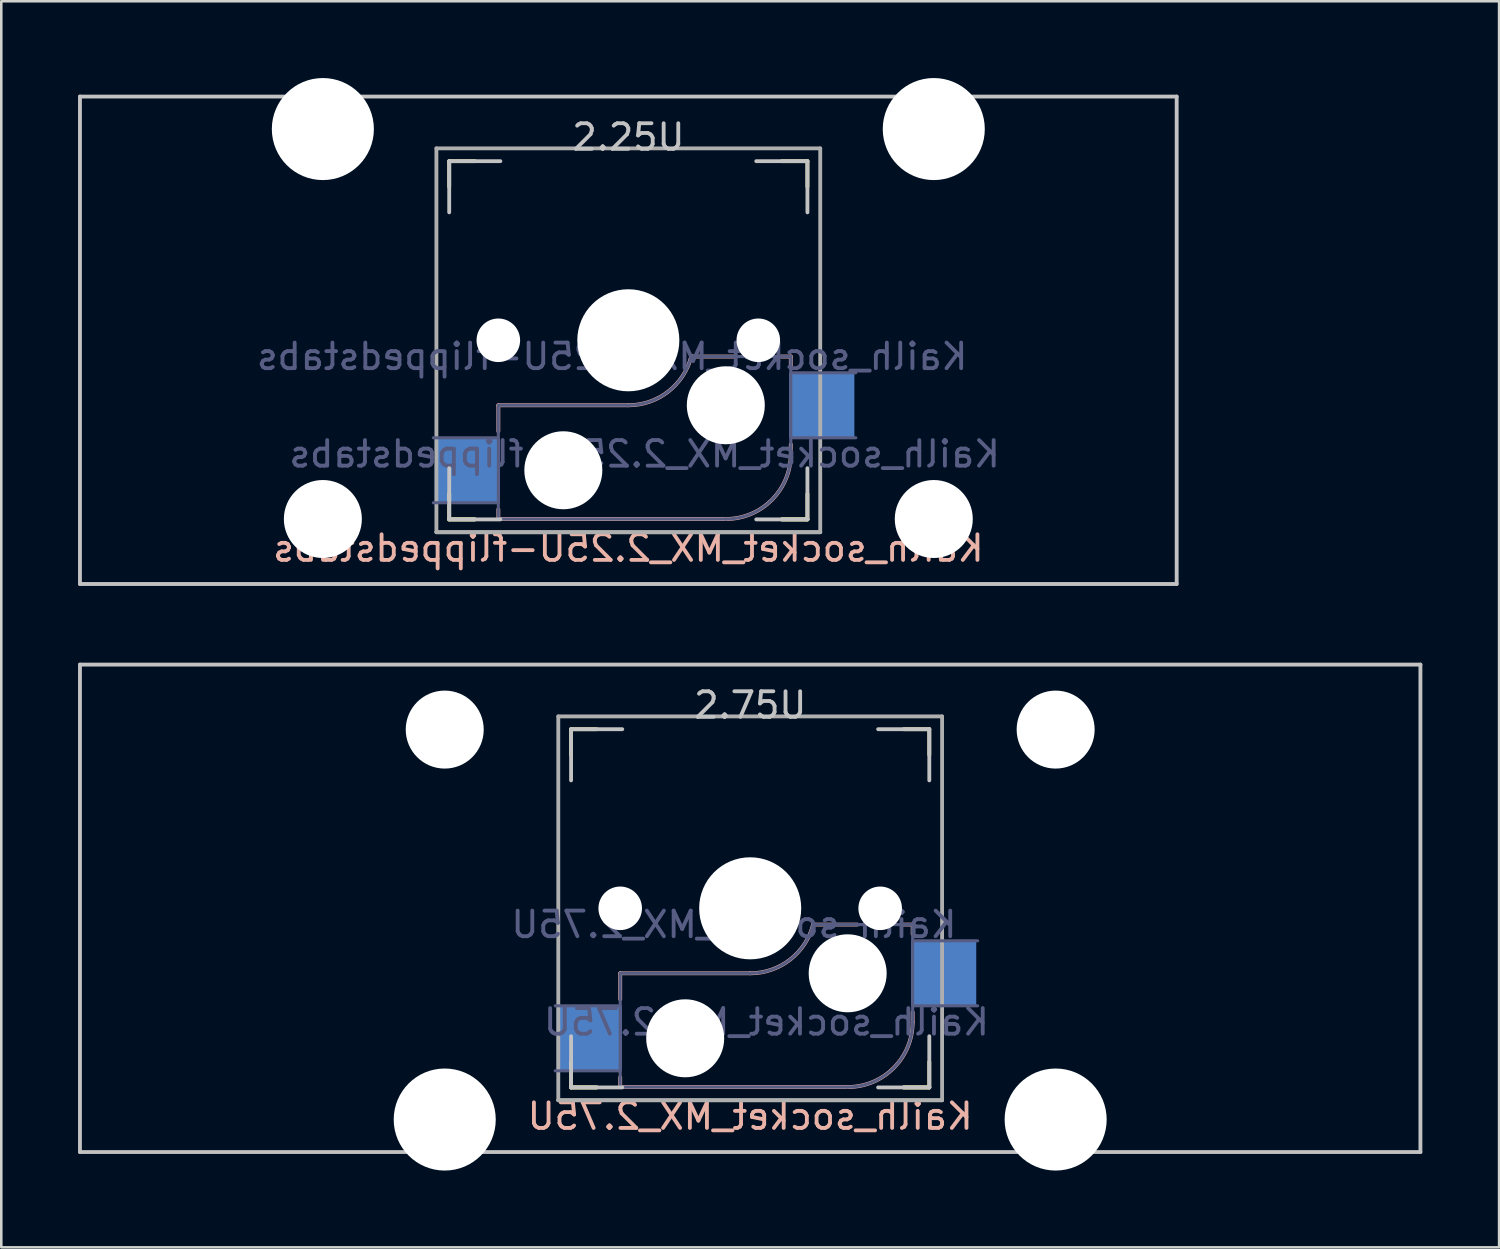
<source format=kicad_pcb>
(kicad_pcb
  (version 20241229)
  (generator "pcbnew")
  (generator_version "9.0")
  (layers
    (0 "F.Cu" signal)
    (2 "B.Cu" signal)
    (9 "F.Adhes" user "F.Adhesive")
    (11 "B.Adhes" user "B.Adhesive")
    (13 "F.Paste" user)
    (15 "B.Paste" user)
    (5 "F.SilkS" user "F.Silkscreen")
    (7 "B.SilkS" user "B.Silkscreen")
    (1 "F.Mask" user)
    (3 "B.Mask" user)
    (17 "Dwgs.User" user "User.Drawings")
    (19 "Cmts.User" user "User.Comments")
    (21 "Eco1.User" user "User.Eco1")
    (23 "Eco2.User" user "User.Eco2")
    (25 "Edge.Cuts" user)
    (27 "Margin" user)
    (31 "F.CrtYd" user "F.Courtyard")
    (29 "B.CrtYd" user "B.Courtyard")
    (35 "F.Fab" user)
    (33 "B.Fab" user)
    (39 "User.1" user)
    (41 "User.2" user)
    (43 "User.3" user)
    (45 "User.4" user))
  (footprint "Kailh_socket_MX_2.75U"
    (layer "F.Cu")
    (at 26.269 32.449)
    (property "Reference" "Kailh_socket_MX_2.75U" (at 0 8.128 0) (layer "B.SilkS") (effects (font (size 1 1) (thickness 0.15)) (justify mirror)))
    (property "Value" "Kailh_socket_MX_2.75U" (at 0 8.255 0) (layer "F.Fab") (hide yes) (effects (font (size 1 1) (thickness 0.15))))
    (attr smd)
    (fp_line (start -7 -6) (end -7 -7) (stroke (width 0.15) (type solid)) (layer "F.SilkS"))
    (fp_line (start -7 7) (end -7 6) (stroke (width 0.15) (type solid)) (layer "F.SilkS"))
    (fp_line (start -7 7) (end -6 7) (stroke (width 0.15) (type solid)) (layer "F.SilkS"))
    (fp_line (start -7 7) (end -6 7) (stroke (width 0.15) (type solid)) (layer "F.SilkS"))
    (fp_line (start -6 -7) (end -7 -7) (stroke (width 0.15) (type solid)) (layer "F.SilkS"))
    (fp_line (start 6 7) (end 7 7) (stroke (width 0.15) (type solid)) (layer "F.SilkS"))
    (fp_line (start 6 7) (end 7 7) (stroke (width 0.15) (type solid)) (layer "F.SilkS"))
    (fp_line (start 7 -7) (end 6 -7) (stroke (width 0.15) (type solid)) (layer "F.SilkS"))
    (fp_line (start 7 -7) (end 7 -6) (stroke (width 0.15) (type solid)) (layer "F.SilkS"))
    (fp_line (start 7 6) (end 7 7) (stroke (width 0.15) (type solid)) (layer "F.SilkS"))
    (fp_line (start -5.08 2.54) (end 0 2.54) (stroke (width 0.15) (type solid)) (layer "B.SilkS"))
    (fp_line (start -5.08 3.556) (end -5.08 2.54) (stroke (width 0.15) (type solid)) (layer "B.SilkS"))
    (fp_line (start -5.08 6.985) (end -5.08 6.604) (stroke (width 0.15) (type solid)) (layer "B.SilkS"))
    (fp_line (start 2.464 0.635) (end 4.191 0.635) (stroke (width 0.15) (type solid)) (layer "B.SilkS"))
    (fp_line (start 3.81 6.985) (end -5.08 6.985) (stroke (width 0.15) (type solid)) (layer "B.SilkS"))
    (fp_line (start 5.969 0.635) (end 6.35 0.635) (stroke (width 0.15) (type solid)) (layer "B.SilkS"))
    (fp_line (start 6.35 1.016) (end 6.35 0.635) (stroke (width 0.15) (type solid)) (layer "B.SilkS"))
    (fp_line (start 6.35 4.445) (end 6.35 4.064) (stroke (width 0.15) (type solid)) (layer "B.SilkS"))
    (fp_arc (start 2.464162 0.61604) (mid 1.563147 2.002042) (end 0 2.54) (stroke (width 0.15) (type solid)) (layer "B.SilkS"))
    (fp_arc (start 6.35 4.445) (mid 5.606051 6.241051) (end 3.81 6.985) (stroke (width 0.15) (type solid)) (layer "B.SilkS"))
    (fp_line (start -26.194 -9.525) (end 26.194 -9.525) (stroke (width 0.15) (type solid)) (layer "Dwgs.User"))
    (fp_line (start -26.194 9.525) (end -26.194 -9.525) (stroke (width 0.15) (type solid)) (layer "Dwgs.User"))
    (fp_line (start -26.194 9.525) (end 26.194 9.525) (stroke (width 0.15) (type solid)) (layer "Dwgs.User"))
    (fp_line (start -7 -7) (end -7 -5) (stroke (width 0.15) (type solid)) (layer "Dwgs.User"))
    (fp_line (start -7 5) (end -7 7) (stroke (width 0.15) (type solid)) (layer "Dwgs.User"))
    (fp_line (start -7 7) (end -5 7) (stroke (width 0.15) (type solid)) (layer "Dwgs.User"))
    (fp_line (start -5 -7) (end -7 -7) (stroke (width 0.15) (type solid)) (layer "Dwgs.User"))
    (fp_line (start 5 -7) (end 7 -7) (stroke (width 0.15) (type solid)) (layer "Dwgs.User"))
    (fp_line (start 5 7) (end 7 7) (stroke (width 0.15) (type solid)) (layer "Dwgs.User"))
    (fp_line (start 7 -7) (end 7 -5) (stroke (width 0.15) (type solid)) (layer "Dwgs.User"))
    (fp_line (start 7 7) (end 7 5) (stroke (width 0.15) (type solid)) (layer "Dwgs.User"))
    (fp_line (start 26.194 -9.525) (end 26.194 9.525) (stroke (width 0.15) (type solid)) (layer "Dwgs.User"))
    (fp_line (start -6.9 6.9) (end -6.9 -6.9) (stroke (width 0.15) (type solid)) (layer "Eco2.User"))
    (fp_line (start -6.9 6.9) (end 6.9 6.9) (stroke (width 0.15) (type solid)) (layer "Eco2.User"))
    (fp_line (start -6.9 6.9) (end 6.9 6.9) (stroke (width 0.15) (type solid)) (layer "Eco2.User"))
    (fp_line (start 6.9 -6.9) (end -6.9 -6.9) (stroke (width 0.15) (type solid)) (layer "Eco2.User"))
    (fp_line (start 6.9 -6.9) (end 6.9 6.9) (stroke (width 0.15) (type solid)) (layer "Eco2.User"))
    (fp_line (start -7.62 3.81) (end -5.08 3.81) (stroke (width 0.12) (type solid)) (layer "B.Fab"))
    (fp_line (start -5.08 2.54) (end 0 2.54) (stroke (width 0.12) (type solid)) (layer "B.Fab"))
    (fp_line (start -5.08 6.35) (end -7.62 6.35) (stroke (width 0.12) (type solid)) (layer "B.Fab"))
    (fp_line (start -5.08 6.985) (end -5.08 2.54) (stroke (width 0.12) (type solid)) (layer "B.Fab"))
    (fp_line (start 3.81 6.985) (end -5.08 6.985) (stroke (width 0.12) (type solid)) (layer "B.Fab"))
    (fp_line (start 6.35 0.635) (end 2.54 0.635) (stroke (width 0.12) (type solid)) (layer "B.Fab"))
    (fp_line (start 6.35 0.635) (end 6.35 4.445) (stroke (width 0.12) (type solid)) (layer "B.Fab"))
    (fp_line (start 6.35 1.27) (end 8.89 1.27) (stroke (width 0.12) (type solid)) (layer "B.Fab"))
    (fp_line (start 8.89 3.81) (end 6.35 3.81) (stroke (width 0.12) (type solid)) (layer "B.Fab"))
    (fp_arc (start 2.464162 0.61604) (mid 1.563147 2.002042) (end 0 2.54) (stroke (width 0.12) (type solid)) (layer "B.Fab"))
    (fp_arc (start 6.35 4.445) (mid 5.606051 6.241051) (end 3.81 6.985) (stroke (width 0.12) (type solid)) (layer "B.Fab"))
    (fp_line (start -7.5 -7.5) (end 7.5 -7.5) (stroke (width 0.15) (type solid)) (layer "F.Fab"))
    (fp_line (start -7.5 7.5) (end -7.5 -7.5) (stroke (width 0.15) (type solid)) (layer "F.Fab"))
    (fp_line (start 7.5 -7.5) (end 7.5 7.5) (stroke (width 0.15) (type solid)) (layer "F.Fab"))
    (fp_line (start 7.5 7.5) (end -7.5 7.5) (stroke (width 0.15) (type solid)) (layer "F.Fab"))
    (fp_line (start 7.5 7.5) (end -7.5 7.5) (stroke (width 0.15) (type solid)) (layer "F.Fab"))
    (fp_text user "2.75U" (at 0 -7.938 0) (layer "Dwgs.User") (effects (font (size 1 1) (thickness 0.15))))
    (fp_text user "${REFERENCE}" (at 0.635 4.445 180) (layer "B.Fab") (effects (font (size 1 1) (thickness 0.15)) (justify mirror)))
    (fp_text user "${VALUE}" (at -0.635 0.635 0) (layer "B.Fab") (effects (font (size 1 1) (thickness 0.15)) (justify mirror)))
    (pad "" np_thru_hole circle (at -11.938 -6.985) (size 3.048 3.048) (drill 3.048) (layers "*.Cu" "*.Mask"))
    (pad "" np_thru_hole circle (at -11.938 8.255) (size 3.988 3.988) (drill 3.988) (layers "*.Cu" "*.Mask"))
    (pad "" np_thru_hole circle (at -5.08 0) (size 1.702 1.702) (drill 1.702) (layers "*.Cu" "*.Mask"))
    (pad "" np_thru_hole circle (at -2.54 5.08 180) (size 3.048 3.048) (drill 3.048) (layers "*.Cu" "*.Mask"))
    (pad "" np_thru_hole circle (at 0 0) (size 3.988 3.988) (drill 3.988) (layers "*.Cu" "*.Mask"))
    (pad "" np_thru_hole circle (at 3.81 2.54 180) (size 3.048 3.048) (drill 3.048) (layers "*.Cu" "*.Mask"))
    (pad "" np_thru_hole circle (at 5.08 0) (size 1.702 1.702) (drill 1.702) (layers "*.Cu" "*.Mask"))
    (pad "" np_thru_hole circle (at 11.938 -6.985) (size 3.048 3.048) (drill 3.048) (layers "*.Cu" "*.Mask"))
    (pad "" np_thru_hole circle (at 11.938 8.255) (size 3.988 3.988) (drill 3.988) (layers "*.Cu" "*.Mask"))
    (pad "1" smd rect (at -6.29 5.08 180) (size 2.55 2.5) (layers "B.Cu" "B.Mask" "B.Paste"))
    (pad "2" smd rect (at 7.56 2.54 180) (size 2.55 2.5) (layers "B.Cu" "B.Mask" "B.Paste")))
  (footprint "Kailh_socket_MX_2.25U-flippedstabs"
    (layer "F.Cu")
    (at 21.506 10.249)
    (property "Reference" "Kailh_socket_MX_2.25U-flippedstabs" (at 0 8.128 0) (layer "B.SilkS") (effects (font (size 1 1) (thickness 0.15)) (justify mirror)))
    (property "Value" "Kailh_socket_MX_2.25U-flippedstabs" (at 0 8.255 0) (layer "F.Fab") (hide yes) (effects (font (size 1 1) (thickness 0.15))))
    (attr smd)
    (fp_line (start -7 -6) (end -7 -7) (stroke (width 0.15) (type solid)) (layer "F.SilkS"))
    (fp_line (start -7 7) (end -7 6) (stroke (width 0.15) (type solid)) (layer "F.SilkS"))
    (fp_line (start -7 7) (end -6 7) (stroke (width 0.15) (type solid)) (layer "F.SilkS"))
    (fp_line (start -7 7) (end -6 7) (stroke (width 0.15) (type solid)) (layer "F.SilkS"))
    (fp_line (start -6 -7) (end -7 -7) (stroke (width 0.15) (type solid)) (layer "F.SilkS"))
    (fp_line (start 6 7) (end 7 7) (stroke (width 0.15) (type solid)) (layer "F.SilkS"))
    (fp_line (start 6 7) (end 7 7) (stroke (width 0.15) (type solid)) (layer "F.SilkS"))
    (fp_line (start 7 -7) (end 6 -7) (stroke (width 0.15) (type solid)) (layer "F.SilkS"))
    (fp_line (start 7 -7) (end 7 -6) (stroke (width 0.15) (type solid)) (layer "F.SilkS"))
    (fp_line (start 7 6) (end 7 7) (stroke (width 0.15) (type solid)) (layer "F.SilkS"))
    (fp_line (start -5.08 2.54) (end 0 2.54) (stroke (width 0.15) (type solid)) (layer "B.SilkS"))
    (fp_line (start -5.08 3.556) (end -5.08 2.54) (stroke (width 0.15) (type solid)) (layer "B.SilkS"))
    (fp_line (start -5.08 6.985) (end -5.08 6.604) (stroke (width 0.15) (type solid)) (layer "B.SilkS"))
    (fp_line (start 2.464 0.635) (end 4.191 0.635) (stroke (width 0.15) (type solid)) (layer "B.SilkS"))
    (fp_line (start 3.81 6.985) (end -5.08 6.985) (stroke (width 0.15) (type solid)) (layer "B.SilkS"))
    (fp_line (start 5.969 0.635) (end 6.35 0.635) (stroke (width 0.15) (type solid)) (layer "B.SilkS"))
    (fp_line (start 6.35 1.016) (end 6.35 0.635) (stroke (width 0.15) (type solid)) (layer "B.SilkS"))
    (fp_line (start 6.35 4.445) (end 6.35 4.064) (stroke (width 0.15) (type solid)) (layer "B.SilkS"))
    (fp_arc (start 2.464162 0.61604) (mid 1.563147 2.002042) (end 0 2.54) (stroke (width 0.15) (type solid)) (layer "B.SilkS"))
    (fp_arc (start 6.35 4.445) (mid 5.606051 6.241051) (end 3.81 6.985) (stroke (width 0.15) (type solid)) (layer "B.SilkS"))
    (fp_line (start -21.431 9.525) (end -21.431 -9.525) (stroke (width 0.15) (type solid)) (layer "Dwgs.User"))
    (fp_line (start -7 -7) (end -7 -5) (stroke (width 0.15) (type solid)) (layer "Dwgs.User"))
    (fp_line (start -7 5) (end -7 7) (stroke (width 0.15) (type solid)) (layer "Dwgs.User"))
    (fp_line (start -7 7) (end -5 7) (stroke (width 0.15) (type solid)) (layer "Dwgs.User"))
    (fp_line (start -5 -7) (end -7 -7) (stroke (width 0.15) (type solid)) (layer "Dwgs.User"))
    (fp_line (start 5 -7) (end 7 -7) (stroke (width 0.15) (type solid)) (layer "Dwgs.User"))
    (fp_line (start 5 7) (end 7 7) (stroke (width 0.15) (type solid)) (layer "Dwgs.User"))
    (fp_line (start 7 -7) (end 7 -5) (stroke (width 0.15) (type solid)) (layer "Dwgs.User"))
    (fp_line (start 7 7) (end 7 5) (stroke (width 0.15) (type solid)) (layer "Dwgs.User"))
    (fp_line (start 21.431 -9.525) (end -21.431 -9.525) (stroke (width 0.15) (type solid)) (layer "Dwgs.User"))
    (fp_line (start 21.431 -9.525) (end 21.431 9.525) (stroke (width 0.15) (type solid)) (layer "Dwgs.User"))
    (fp_line (start 21.431 9.525) (end -21.431 9.525) (stroke (width 0.15) (type solid)) (layer "Dwgs.User"))
    (fp_line (start -6.9 6.9) (end -6.9 -6.9) (stroke (width 0.15) (type solid)) (layer "Eco2.User"))
    (fp_line (start -6.9 6.9) (end 6.9 6.9) (stroke (width 0.15) (type solid)) (layer "Eco2.User"))
    (fp_line (start -6.9 6.9) (end 6.9 6.9) (stroke (width 0.15) (type solid)) (layer "Eco2.User"))
    (fp_line (start 6.9 -6.9) (end -6.9 -6.9) (stroke (width 0.15) (type solid)) (layer "Eco2.User"))
    (fp_line (start 6.9 -6.9) (end 6.9 6.9) (stroke (width 0.15) (type solid)) (layer "Eco2.User"))
    (fp_line (start -7.62 3.81) (end -5.08 3.81) (stroke (width 0.12) (type solid)) (layer "B.Fab"))
    (fp_line (start -5.08 2.54) (end 0 2.54) (stroke (width 0.12) (type solid)) (layer "B.Fab"))
    (fp_line (start -5.08 6.35) (end -7.62 6.35) (stroke (width 0.12) (type solid)) (layer "B.Fab"))
    (fp_line (start -5.08 6.985) (end -5.08 2.54) (stroke (width 0.12) (type solid)) (layer "B.Fab"))
    (fp_line (start 3.81 6.985) (end -5.08 6.985) (stroke (width 0.12) (type solid)) (layer "B.Fab"))
    (fp_line (start 6.35 0.635) (end 2.54 0.635) (stroke (width 0.12) (type solid)) (layer "B.Fab"))
    (fp_line (start 6.35 0.635) (end 6.35 4.445) (stroke (width 0.12) (type solid)) (layer "B.Fab"))
    (fp_line (start 6.35 1.27) (end 8.89 1.27) (stroke (width 0.12) (type solid)) (layer "B.Fab"))
    (fp_line (start 8.89 3.81) (end 6.35 3.81) (stroke (width 0.12) (type solid)) (layer "B.Fab"))
    (fp_arc (start 2.464162 0.61604) (mid 1.563147 2.002042) (end 0 2.54) (stroke (width 0.12) (type solid)) (layer "B.Fab"))
    (fp_arc (start 6.35 4.445) (mid 5.606051 6.241051) (end 3.81 6.985) (stroke (width 0.12) (type solid)) (layer "B.Fab"))
    (fp_line (start -7.5 -7.5) (end 7.5 -7.5) (stroke (width 0.15) (type solid)) (layer "F.Fab"))
    (fp_line (start -7.5 7.5) (end -7.5 -7.5) (stroke (width 0.15) (type solid)) (layer "F.Fab"))
    (fp_line (start 7.5 -7.5) (end 7.5 7.5) (stroke (width 0.15) (type solid)) (layer "F.Fab"))
    (fp_line (start 7.5 7.5) (end -7.5 7.5) (stroke (width 0.15) (type solid)) (layer "F.Fab"))
    (fp_line (start 7.5 7.5) (end -7.5 7.5) (stroke (width 0.15) (type solid)) (layer "F.Fab"))
    (fp_text user "2.25U" (at 0 -7.938 0) (layer "Dwgs.User") (effects (font (size 1 1) (thickness 0.15))))
    (fp_text user "${VALUE}" (at -0.635 0.635 0) (layer "B.Fab") (effects (font (size 1 1) (thickness 0.15)) (justify mirror)))
    (fp_text user "${REFERENCE}" (at 0.635 4.445 180) (layer "B.Fab") (effects (font (size 1 1) (thickness 0.15)) (justify mirror)))
    (pad "" np_thru_hole circle (at -11.938 -8.255 180) (size 3.988 3.988) (drill 3.988) (layers "*.Cu" "*.Mask"))
    (pad "" np_thru_hole circle (at -11.938 6.985 180) (size 3.048 3.048) (drill 3.048) (layers "*.Cu" "*.Mask"))
    (pad "" np_thru_hole circle (at -5.08 0) (size 1.702 1.702) (drill 1.702) (layers "*.Cu" "*.Mask"))
    (pad "" np_thru_hole circle (at -2.54 5.08 180) (size 3.048 3.048) (drill 3.048) (layers "*.Cu" "*.Mask"))
    (pad "" np_thru_hole circle (at 0 0) (size 3.988 3.988) (drill 3.988) (layers "*.Cu" "*.Mask"))
    (pad "" np_thru_hole circle (at 3.81 2.54 180) (size 3.048 3.048) (drill 3.048) (layers "*.Cu" "*.Mask"))
    (pad "" np_thru_hole circle (at 5.08 0) (size 1.702 1.702) (drill 1.702) (layers "*.Cu" "*.Mask"))
    (pad "" np_thru_hole circle (at 11.938 -8.255 180) (size 3.988 3.988) (drill 3.988) (layers "*.Cu" "*.Mask"))
    (pad "" np_thru_hole circle (at 11.938 6.985 180) (size 3.048 3.048) (drill 3.048) (layers "*.Cu" "*.Mask"))
    (pad "1" smd rect (at -6.29 5.08 180) (size 2.55 2.5) (layers "B.Cu" "B.Mask" "B.Paste"))
    (pad "2" smd rect (at 7.56 2.54 180) (size 2.55 2.5) (layers "B.Cu" "B.Mask" "B.Paste")))
  (gr_rect
    (start -3 -3)
    (end 55.538 45.698)
    (stroke (width 0.1) (type default))
    (fill no)
    (layer "Edge.Cuts")))
</source>
